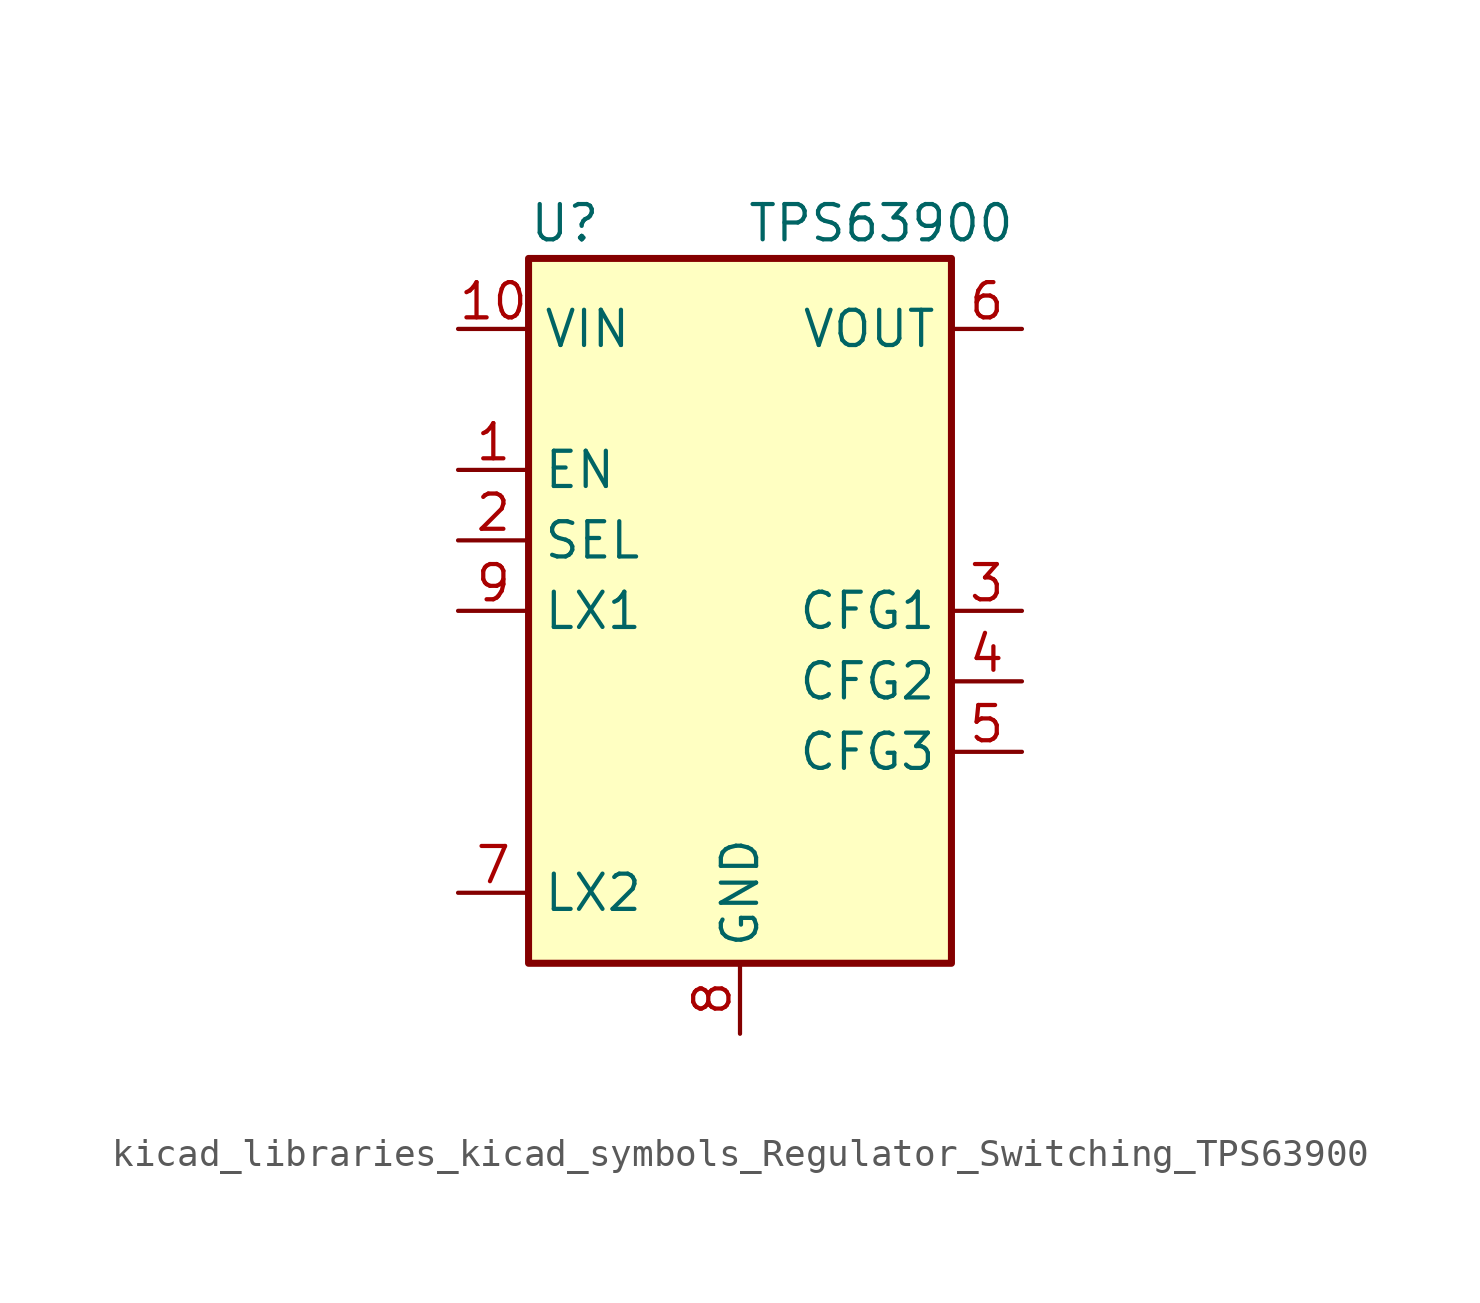
<source format=kicad_sym>
(kicad_symbol_lib
  (version 20220914)
  (generator kicad_symbol_editor)
  (symbol "kicad_libraries_kicad_symbols_Regulator_Switching_TPS63900"
    (property "Reference" "U"
      (at -7.62 13.97 0)
      (effects (font (size 1.27 1.27)) (justify left)))
    (property "Value" "TPS63900"
      (at 5.08 13.97 0)
      (effects (font (size 1.27 1.27))))
    (symbol "kicad_libraries_kicad_symbols_Regulator_Switching_TPS63900_0_1"
      (rectangle (start -7.62 12.7) (end 7.62 -12.7) (stroke (width 0.254) (type default)) (fill (type background))))
    (symbol "kicad_libraries_kicad_symbols_Regulator_Switching_TPS63900_1_1"
      (pin input line (at -10.16 5.08 0) (length 2.54) (name "EN" (effects (font (size 1.27 1.27)))) (number "1" (effects (font (size 1.27 1.27)))))
      (pin power_in line (at -10.16 10.16 0) (length 2.54) (name "VIN" (effects (font (size 1.27 1.27)))) (number "10" (effects (font (size 1.27 1.27)))))
      (pin passive line (at 0 -15.24 90) (length 2.54) hide (name "GND" (effects (font (size 1.27 1.27)))) (number "11" (effects (font (size 1.27 1.27)))))
      (pin input line (at -10.16 2.54 0) (length 2.54) (name "SEL" (effects (font (size 1.27 1.27)))) (number "2" (effects (font (size 1.27 1.27)))))
      (pin input line (at 10.16 0 180) (length 2.54) (name "CFG1" (effects (font (size 1.27 1.27)))) (number "3" (effects (font (size 1.27 1.27)))))
      (pin input line (at 10.16 -2.54 180) (length 2.54) (name "CFG2" (effects (font (size 1.27 1.27)))) (number "4" (effects (font (size 1.27 1.27)))))
      (pin input line (at 10.16 -5.08 180) (length 2.54) (name "CFG3" (effects (font (size 1.27 1.27)))) (number "5" (effects (font (size 1.27 1.27)))))
      (pin power_out line (at 10.16 10.16 180) (length 2.54) (name "VOUT" (effects (font (size 1.27 1.27)))) (number "6" (effects (font (size 1.27 1.27)))))
      (pin input line (at -10.16 -10.16 0) (length 2.54) (name "LX2" (effects (font (size 1.27 1.27)))) (number "7" (effects (font (size 1.27 1.27)))))
      (pin power_in line (at 0 -15.24 90) (length 2.54) (name "GND" (effects (font (size 1.27 1.27)))) (number "8" (effects (font (size 1.27 1.27)))))
      (pin input line (at -10.16 0 0) (length 2.54) (name "LX1" (effects (font (size 1.27 1.27)))) (number "9" (effects (font (size 1.27 1.27))))))))
</source>
